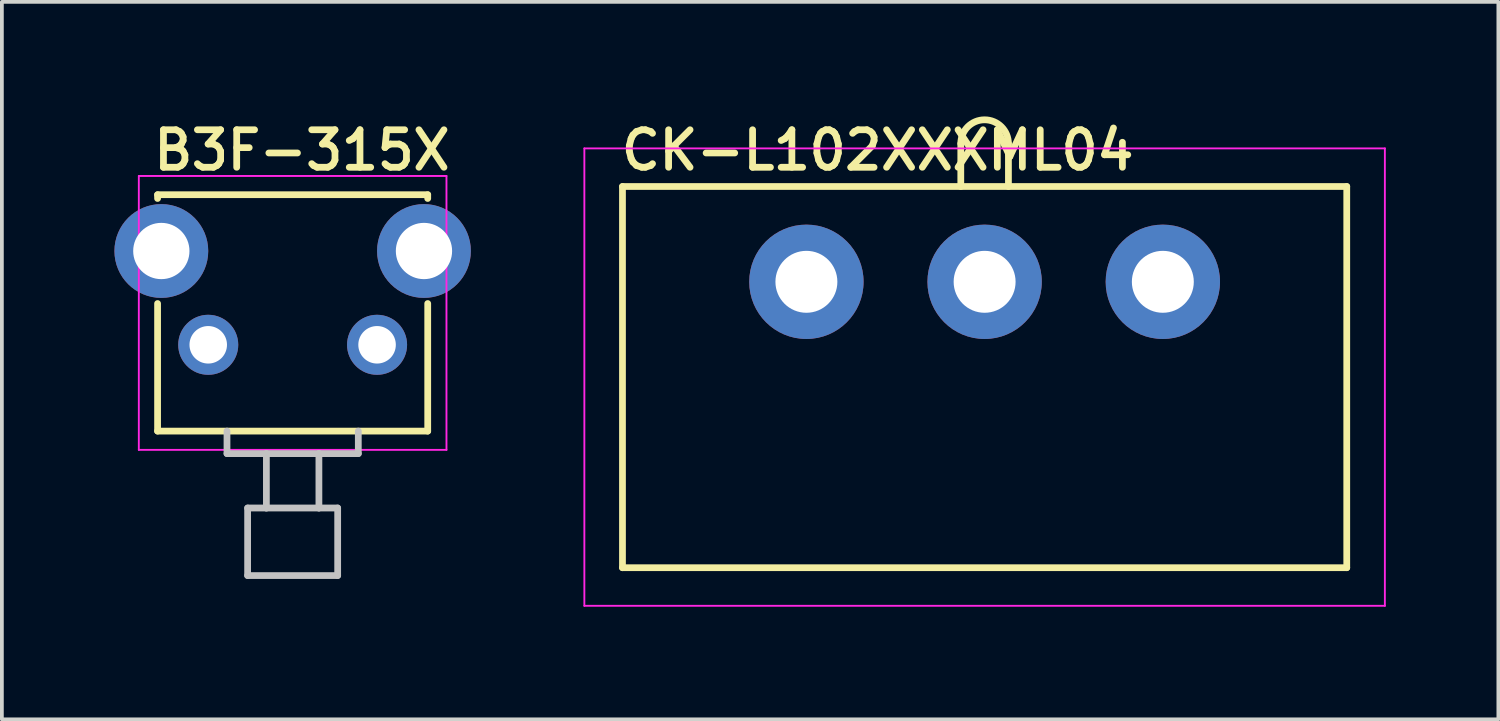
<source format=kicad_pcb>
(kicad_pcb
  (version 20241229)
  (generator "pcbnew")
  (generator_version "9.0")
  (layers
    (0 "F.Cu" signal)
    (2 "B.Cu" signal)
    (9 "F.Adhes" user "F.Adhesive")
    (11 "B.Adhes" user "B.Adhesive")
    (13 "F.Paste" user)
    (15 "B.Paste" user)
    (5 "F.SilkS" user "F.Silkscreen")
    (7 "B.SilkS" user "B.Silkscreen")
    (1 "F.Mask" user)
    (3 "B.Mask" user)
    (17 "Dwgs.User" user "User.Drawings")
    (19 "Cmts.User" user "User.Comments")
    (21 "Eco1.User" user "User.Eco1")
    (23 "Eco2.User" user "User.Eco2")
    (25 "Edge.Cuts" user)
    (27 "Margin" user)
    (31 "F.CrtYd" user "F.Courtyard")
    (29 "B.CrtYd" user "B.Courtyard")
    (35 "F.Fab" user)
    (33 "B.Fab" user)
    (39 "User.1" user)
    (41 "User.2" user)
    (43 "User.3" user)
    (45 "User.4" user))
  (footprint "B3F-315X"
    (layer "F.Cu")
    (at 4.75 6.14)
    (property "Reference" "B3F-315X" (at -3.8 -4.6 0) (layer "F.SilkS") (effects (font (size 1 1) (thickness 0.18)) (justify left bottom)))
    (attr through_hole)
    (fp_line (start -3.6 -4) (end -3.6 -3.9) (stroke (width 0.18) (type solid)) (layer "F.SilkS"))
    (fp_line (start -3.6 -4) (end 3.6 -4) (stroke (width 0.18) (type solid)) (layer "F.SilkS"))
    (fp_line (start -3.6 2.3) (end -3.6 -1.1) (stroke (width 0.18) (type solid)) (layer "F.SilkS"))
    (fp_line (start -3.6 2.3) (end 3.6 2.3) (stroke (width 0.18) (type solid)) (layer "F.SilkS"))
    (fp_line (start 3.6 -4) (end 3.6 -3.9) (stroke (width 0.18) (type solid)) (layer "F.SilkS"))
    (fp_line (start 3.6 2.3) (end 3.6 -1.1) (stroke (width 0.18) (type solid)) (layer "F.SilkS"))
    (fp_line (start -1.75 2.3) (end -1.75 2.9) (stroke (width 0.18) (type solid)) (layer "Dwgs.User"))
    (fp_line (start -1.75 2.9) (end -0.7 2.9) (stroke (width 0.18) (type solid)) (layer "Dwgs.User"))
    (fp_line (start -1.2 4.35) (end -1.2 6.15) (stroke (width 0.18) (type solid)) (layer "Dwgs.User"))
    (fp_line (start -1.2 6.15) (end 1.2 6.15) (stroke (width 0.18) (type solid)) (layer "Dwgs.User"))
    (fp_line (start -0.7 2.9) (end -0.7 4.35) (stroke (width 0.18) (type solid)) (layer "Dwgs.User"))
    (fp_line (start -0.7 2.9) (end 0.7 2.9) (stroke (width 0.18) (type solid)) (layer "Dwgs.User"))
    (fp_line (start -0.7 4.35) (end -1.2 4.35) (stroke (width 0.18) (type solid)) (layer "Dwgs.User"))
    (fp_line (start -0.7 4.35) (end 0.7 4.35) (stroke (width 0.18) (type solid)) (layer "Dwgs.User"))
    (fp_line (start 0.7 2.9) (end 0.7 4.35) (stroke (width 0.18) (type solid)) (layer "Dwgs.User"))
    (fp_line (start 0.7 2.9) (end 1.75 2.9) (stroke (width 0.18) (type solid)) (layer "Dwgs.User"))
    (fp_line (start 1.2 4.35) (end 0.7 4.35) (stroke (width 0.18) (type solid)) (layer "Dwgs.User"))
    (fp_line (start 1.2 6.15) (end 1.2 4.35) (stroke (width 0.18) (type solid)) (layer "Dwgs.User"))
    (fp_line (start 1.75 2.9) (end 1.75 2.3) (stroke (width 0.18) (type solid)) (layer "Dwgs.User"))
    (fp_line (start -4.1 -4.5) (end 4.1 -4.5) (stroke (width 0.05) (type solid)) (layer "F.CrtYd"))
    (fp_line (start -4.1 2.8) (end -4.1 -4.5) (stroke (width 0.05) (type solid)) (layer "F.CrtYd"))
    (fp_line (start 4.1 -4.5) (end 4.1 2.8) (stroke (width 0.05) (type solid)) (layer "F.CrtYd"))
    (fp_line (start 4.1 2.8) (end -4.1 2.8) (stroke (width 0.05) (type solid)) (layer "F.CrtYd"))
    (pad "1" thru_hole circle (at -2.25 0) (size 1.6 1.6) (drill 1) (layers "*.Cu" "*.Mask"))
    (pad "2" thru_hole circle (at 2.25 0) (size 1.6 1.6) (drill 1) (layers "*.Cu" "*.Mask"))
    (pad "GND" thru_hole circle (at -3.5 -2.5) (size 2.5 2.5) (drill 1.5) (layers "*.Cu" "*.Mask"))
    (pad "GND" thru_hole circle (at 3.5 -2.5) (size 2.5 2.5) (drill 1.5) (layers "*.Cu" "*.Mask")))
  (footprint "CK-L102XXXML04"
    (layer "F.Cu")
    (at 23.193 12.081)
    (property "Reference" "CK-L102XXXML04" (at -9.779 -10.541 0) (layer "F.SilkS") (effects (font (size 1 1) (thickness 0.18)) (justify left bottom)))
    (attr through_hole)
    (fp_line (start -9.652 -10.16) (end -9.652 0) (stroke (width 0.18) (type solid)) (layer "F.SilkS"))
    (fp_line (start -9.652 0) (end 9.652 0) (stroke (width 0.18) (type solid)) (layer "F.SilkS"))
    (fp_line (start -0.635 -10.16) (end -0.635 -11.303) (stroke (width 0.18) (type solid)) (layer "F.SilkS"))
    (fp_line (start 0.635 -10.16) (end 0.635 -11.303) (stroke (width 0.18) (type solid)) (layer "F.SilkS"))
    (fp_line (start 9.652 -10.16) (end -9.652 -10.16) (stroke (width 0.18) (type solid)) (layer "F.SilkS"))
    (fp_line (start 9.652 0) (end 9.652 -10.16) (stroke (width 0.18) (type solid)) (layer "F.SilkS"))
    (fp_arc (start -0.635 -11.303) (mid 0 -11.938) (end 0.635 -11.303) (stroke (width 0.18) (type solid)) (layer "F.SilkS"))
    (fp_line (start -10.668 -11.176) (end -10.668 1.016) (stroke (width 0.05) (type solid)) (layer "F.CrtYd"))
    (fp_line (start -10.668 -11.176) (end 10.668 -11.176) (stroke (width 0.05) (type solid)) (layer "F.CrtYd"))
    (fp_line (start -10.668 1.016) (end 10.668 1.016) (stroke (width 0.05) (type solid)) (layer "F.CrtYd"))
    (fp_line (start 10.668 -11.176) (end 10.668 1.016) (stroke (width 0.05) (type solid)) (layer "F.CrtYd"))
    (pad "1" thru_hole circle (at -4.75 -7.62) (size 3.048 3.048) (drill 1.651) (layers "*.Cu" "*.Mask"))
    (pad "2" thru_hole circle (at 0 -7.62) (size 3.048 3.048) (drill 1.651) (layers "*.Cu" "*.Mask"))
    (pad "3" thru_hole circle (at 4.75 -7.62) (size 3.048 3.048) (drill 1.651) (layers "*.Cu" "*.Mask")))
  (gr_rect
    (start -3 -3)
    (end 36.886 16.122)
    (stroke (width 0.1) (type default))
    (fill no)
    (layer "Edge.Cuts")))
</source>
